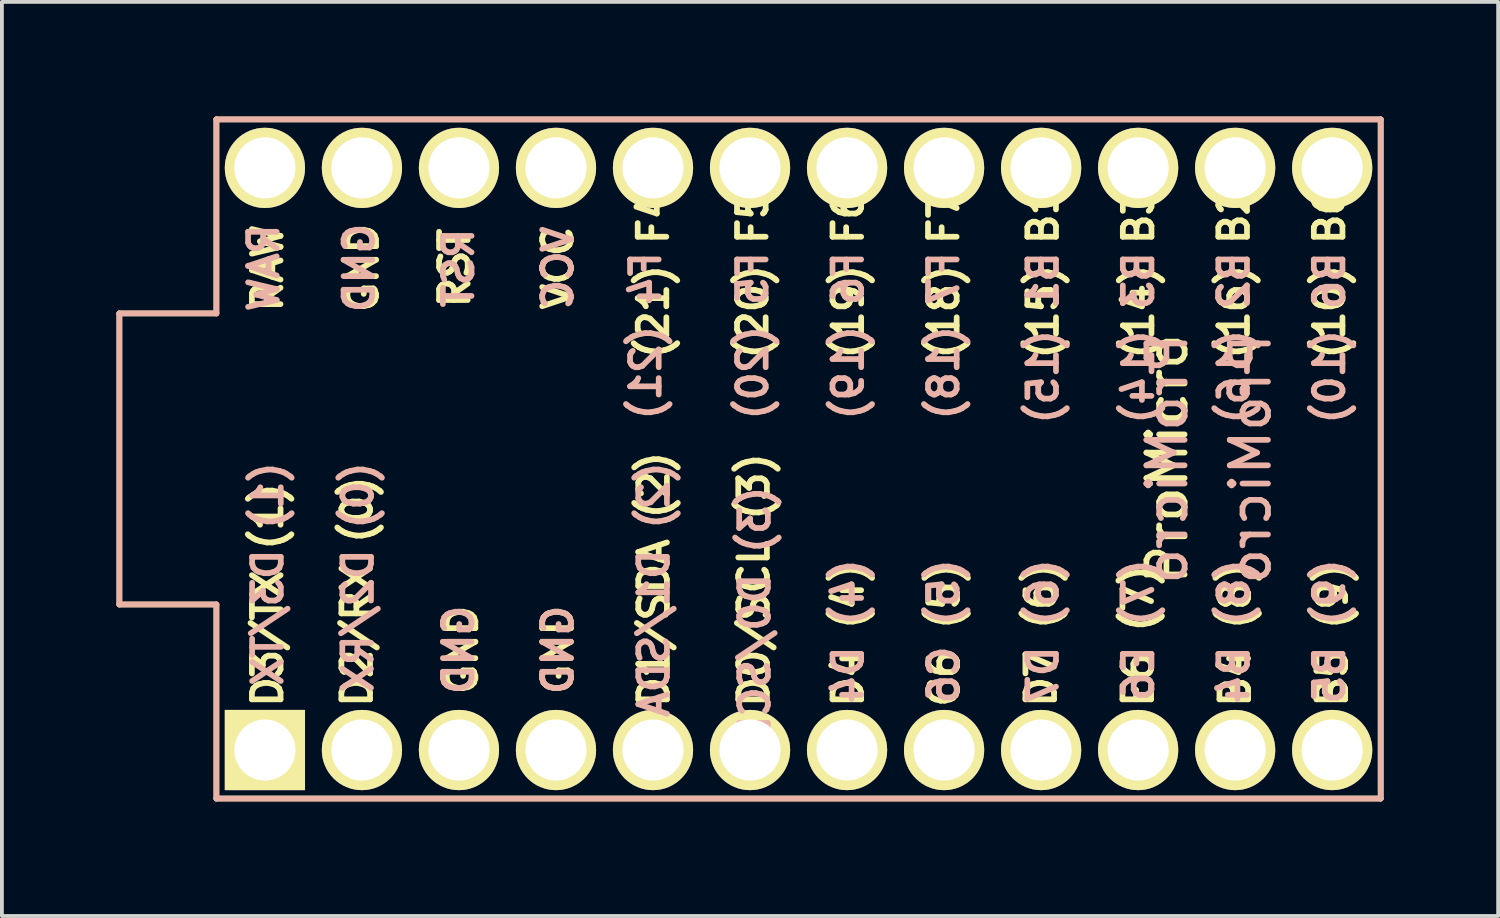
<source format=kicad_pcb>
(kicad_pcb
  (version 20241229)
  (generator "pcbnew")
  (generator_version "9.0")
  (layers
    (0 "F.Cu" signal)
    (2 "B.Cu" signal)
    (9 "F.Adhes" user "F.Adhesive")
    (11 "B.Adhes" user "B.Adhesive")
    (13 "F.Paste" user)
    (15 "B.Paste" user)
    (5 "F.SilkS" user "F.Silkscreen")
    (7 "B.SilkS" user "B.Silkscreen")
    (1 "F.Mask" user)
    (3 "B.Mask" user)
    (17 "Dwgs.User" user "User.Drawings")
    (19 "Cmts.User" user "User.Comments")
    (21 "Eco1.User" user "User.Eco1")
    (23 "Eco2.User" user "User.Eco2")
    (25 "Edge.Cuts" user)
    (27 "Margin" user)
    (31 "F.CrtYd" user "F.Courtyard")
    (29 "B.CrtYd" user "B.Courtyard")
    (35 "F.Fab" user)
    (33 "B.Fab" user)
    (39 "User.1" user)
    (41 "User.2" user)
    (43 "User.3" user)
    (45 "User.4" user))
  (footprint "ProMicro"
    (layer "F.Cu")
    (at 17.855 8.965)
    (property "Reference" "ProMicro" (at 9.652 0 90) (layer "F.SilkS") (effects (font (size 1 1) (thickness 0.15))))
    (attr through_hole)
    (fp_line (start -17.78 -3.81) (end -15.24 -3.81) (stroke (width 0.15) (type solid)) (layer "F.SilkS"))
    (fp_line (start -17.78 3.81) (end -17.78 -3.81) (stroke (width 0.15) (type solid)) (layer "F.SilkS"))
    (fp_line (start -15.24 -8.89) (end 15.24 -8.89) (stroke (width 0.15) (type solid)) (layer "F.SilkS"))
    (fp_line (start -15.24 -3.81) (end -15.24 -8.89) (stroke (width 0.15) (type solid)) (layer "F.SilkS"))
    (fp_line (start -15.24 3.81) (end -17.78 3.81) (stroke (width 0.15) (type solid)) (layer "F.SilkS"))
    (fp_line (start -15.24 8.89) (end -15.24 3.81) (stroke (width 0.15) (type solid)) (layer "F.SilkS"))
    (fp_line (start -15.24 8.89) (end 15.24 8.89) (stroke (width 0.15) (type solid)) (layer "F.SilkS"))
    (fp_line (start 15.24 -8.89) (end 15.24 8.89) (stroke (width 0.15) (type solid)) (layer "F.SilkS"))
    (fp_line (start -17.78 -3.81) (end -15.24 -3.81) (stroke (width 0.15) (type solid)) (layer "B.SilkS"))
    (fp_line (start -17.78 3.81) (end -17.78 -3.81) (stroke (width 0.15) (type solid)) (layer "B.SilkS"))
    (fp_line (start -15.24 -8.89) (end 15.24 -8.89) (stroke (width 0.15) (type solid)) (layer "B.SilkS"))
    (fp_line (start -15.24 -3.81) (end -15.24 -8.89) (stroke (width 0.15) (type solid)) (layer "B.SilkS"))
    (fp_line (start -15.24 3.81) (end -17.78 3.81) (stroke (width 0.15) (type solid)) (layer "B.SilkS"))
    (fp_line (start -15.24 8.89) (end -15.24 3.81) (stroke (width 0.15) (type solid)) (layer "B.SilkS"))
    (fp_line (start 15.24 -8.89) (end 15.24 8.89) (stroke (width 0.15) (type solid)) (layer "B.SilkS"))
    (fp_line (start 15.24 8.89) (end -15.24 8.89) (stroke (width 0.15) (type solid)) (layer "B.SilkS"))
    (fp_text user "RST" (at -9 -5 90) (layer "F.SilkS") (effects (font (size 0.75 0.75) (thickness 0.15))))
    (fp_text user "GND" (at -8.8 5 90) (layer "F.SilkS") (effects (font (size 0.75 0.75) (thickness 0.15))))
    (fp_text user "RAW" (at -13.9 -5 90) (layer "F.SilkS") (effects (font (size 0.75 0.75) (thickness 0.15))))
    (fp_text user "D0/SCL (3)" (at -1.168 6.57 90) (layer "F.SilkS") (effects (font (size 0.75 0.75) (thickness 0.15)) (justify left)))
    (fp_text user "C6 (5)" (at 3.81 6.57 90) (layer "F.SilkS") (effects (font (size 0.75 0.75) (thickness 0.15)) (justify left)))
    (fp_text user "E6 (7)" (at 8.89 6.57 90) (layer "F.SilkS") (effects (font (size 0.75 0.75) (thickness 0.15)) (justify left)))
    (fp_text user "B5 (9)" (at 13.97 6.57 90) (layer "F.SilkS") (effects (font (size 0.75 0.75) (thickness 0.15)) (justify left)))
    (fp_text user "(21) F4" (at -3.8 -2.54 90) (layer "F.SilkS") (effects (font (size 0.75 0.75) (thickness 0.15)) (justify left)))
    (fp_text user "(20) F5" (at -1.2 -2.54 90) (layer "F.SilkS") (effects (font (size 0.75 0.75) (thickness 0.15)) (justify left)))
    (fp_text user "VCC" (at -6.3 -5 90) (layer "F.SilkS") (effects (font (size 0.75 0.75) (thickness 0.15))))
    (fp_text user "GND" (at -6.3 5 90) (layer "F.SilkS") (effects (font (size 0.75 0.75) (thickness 0.15))))
    (fp_text user "D1/SDA (2)" (at -3.785 6.57 90) (layer "F.SilkS") (effects (font (size 0.75 0.75) (thickness 0.15)) (justify left)))
    (fp_text user "(15) B1" (at 6.4 -2.54 90) (layer "F.SilkS") (effects (font (size 0.75 0.75) (thickness 0.15)) (justify left)))
    (fp_text user "D7 (6)" (at 6.35 6.57 90) (layer "F.SilkS") (effects (font (size 0.75 0.75) (thickness 0.15)) (justify left)))
    (fp_text user "GND" (at -11.4 -5 90) (layer "F.SilkS") (effects (font (size 0.75 0.75) (thickness 0.15))))
    (fp_text user "D2/RX (0)" (at -11.557 6.57 90) (layer "F.SilkS") (effects (font (size 0.75 0.75) (thickness 0.15)) (justify left)))
    (fp_text user "(14) B3" (at 8.9 -2.54 90) (layer "F.SilkS") (effects (font (size 0.75 0.75) (thickness 0.15)) (justify left)))
    (fp_text user "(10) B6" (at 13.9 -2.54 90) (layer "F.SilkS") (effects (font (size 0.75 0.75) (thickness 0.15)) (justify left)))
    (fp_text user "(18) F7" (at 3.8 -2.54 90) (layer "F.SilkS") (effects (font (size 0.75 0.75) (thickness 0.15)) (justify left)))
    (fp_text user "(19) F6" (at 1.3 -2.54 90) (layer "F.SilkS") (effects (font (size 0.75 0.75) (thickness 0.15)) (justify left)))
    (fp_text user "D4 (4)" (at 1.3 6.57 90) (layer "F.SilkS") (effects (font (size 0.75 0.75) (thickness 0.15)) (justify left)))
    (fp_text user "(16) B2" (at 11.4 -2.54 90) (layer "F.SilkS") (effects (font (size 0.75 0.75) (thickness 0.15)) (justify left)))
    (fp_text user "B4 (8)" (at 11.43 6.57 90) (layer "F.SilkS") (effects (font (size 0.75 0.75) (thickness 0.15)) (justify left)))
    (fp_text user "D3/TX (1)" (at -13.9 6.57 90) (layer "F.SilkS") (effects (font (size 0.75 0.75) (thickness 0.15)) (justify left)))
    (fp_text user "RST" (at -8.9 -5 90) (layer "B.SilkS") (effects (font (size 0.75 0.75) (thickness 0.15)) (justify mirror)))
    (fp_text user "B6 (10)" (at 13.9 -5.5 90) (layer "B.SilkS") (effects (font (size 0.75 0.75) (thickness 0.15)) (justify left mirror)))
    (fp_text user "GND" (at -8.9 5 90) (layer "B.SilkS") (effects (font (size 0.75 0.75) (thickness 0.15)) (justify mirror)))
    (fp_text user "(7) E6" (at 8.9 2.54 90) (layer "B.SilkS") (effects (font (size 0.75 0.75) (thickness 0.15)) (justify left mirror)))
    (fp_text user "B2 (16)" (at 11.4 -5.5 90) (layer "B.SilkS") (effects (font (size 0.75 0.75) (thickness 0.15)) (justify left mirror)))
    (fp_text user "(9) B5" (at 13.9 2.54 90) (layer "B.SilkS") (effects (font (size 0.75 0.75) (thickness 0.15)) (justify left mirror)))
    (fp_text user "F6 (19)" (at 1.3 -5.5 90) (layer "B.SilkS") (effects (font (size 0.75 0.75) (thickness 0.15)) (justify left mirror)))
    (fp_text user "GND" (at -11.5 -5 90) (layer "B.SilkS") (effects (font (size 0.75 0.75) (thickness 0.15)) (justify mirror)))
    (fp_text user "F4 (21)" (at -4 -5.5 90) (layer "B.SilkS") (effects (font (size 0.75 0.75) (thickness 0.15)) (justify left mirror)))
    (fp_text user "(5) C6" (at 3.8 2.54 90) (layer "B.SilkS") (effects (font (size 0.75 0.75) (thickness 0.15)) (justify left mirror)))
    (fp_text user "GND" (at -6.3 5 90) (layer "B.SilkS") (effects (font (size 0.75 0.75) (thickness 0.15)) (justify mirror)))
    (fp_text user "(6) D7" (at 6.4 2.54 90) (layer "B.SilkS") (effects (font (size 0.75 0.75) (thickness 0.15)) (justify left mirror)))
    (fp_text user "(4) D4" (at 1.3 2.54 90) (layer "B.SilkS") (effects (font (size 0.75 0.75) (thickness 0.15)) (justify left mirror)))
    (fp_text user "VCC" (at -6.3 -5 90) (layer "B.SilkS") (effects (font (size 0.75 0.75) (thickness 0.15)) (justify mirror)))
    (fp_text user "(0) D2/RX" (at -11.532 0 90) (layer "B.SilkS") (effects (font (size 0.75 0.75) (thickness 0.15)) (justify left mirror)))
    (fp_text user "(2) D1/SDA" (at -3.785 0 90) (layer "B.SilkS") (effects (font (size 0.75 0.75) (thickness 0.15)) (justify left mirror)))
    (fp_text user "(8) B4" (at 11.4 2.54 90) (layer "B.SilkS") (effects (font (size 0.75 0.75) (thickness 0.15)) (justify left mirror)))
    (fp_text user "(1) D3/TX" (at -13.894 0 90) (layer "B.SilkS") (effects (font (size 0.75 0.75) (thickness 0.15)) (justify left mirror)))
    (fp_text user "ProMicro" (at 11.834 0 90) (layer "B.SilkS") (effects (font (size 1 1) (thickness 0.15)) (justify mirror)))
    (fp_text user "${REFERENCE}" (at 9.652 0 270) (layer "B.SilkS") (effects (font (size 1 1) (thickness 0.15)) (justify mirror)))
    (fp_text user "F5 (20)" (at -1.2 -5.5 90) (layer "B.SilkS") (effects (font (size 0.75 0.75) (thickness 0.15)) (justify left mirror)))
    (fp_text user "F7 (18)" (at 3.8 -5.5 90) (layer "B.SilkS") (effects (font (size 0.75 0.75) (thickness 0.15)) (justify left mirror)))
    (fp_text user "(3) D0/SCL" (at -1.143 4.039 90) (layer "B.SilkS") (effects (font (size 0.75 0.75) (thickness 0.15)) (justify mirror)))
    (fp_text user "B3 (14)" (at 8.9 -5.5 90) (layer "B.SilkS") (effects (font (size 0.75 0.75) (thickness 0.15)) (justify left mirror)))
    (fp_text user "RAW" (at -14 -5 90) (layer "B.SilkS") (effects (font (size 0.75 0.75) (thickness 0.15)) (justify mirror)))
    (fp_text user "B1 (15)" (at 6.4 -5.5 90) (layer "B.SilkS") (effects (font (size 0.75 0.75) (thickness 0.15)) (justify left mirror)))
    (pad "1" thru_hole rect (at -13.97 7.62) (size 2.1 2.1) (drill 1.6) (layers "*.Cu" "*.Mask" "F.SilkS"))
    (pad "2" thru_hole circle (at -11.43 7.62) (size 2.1 2.1) (drill 1.6) (layers "*.Cu" "*.Mask" "F.SilkS"))
    (pad "3" thru_hole circle (at -8.89 7.62) (size 2.1 2.1) (drill 1.6) (layers "*.Cu" "*.Mask" "F.SilkS"))
    (pad "4" thru_hole circle (at -6.35 7.62) (size 2.1 2.1) (drill 1.6) (layers "*.Cu" "*.Mask" "F.SilkS"))
    (pad "5" thru_hole circle (at -3.81 7.62) (size 2.1 2.1) (drill 1.6) (layers "*.Cu" "*.Mask" "F.SilkS"))
    (pad "6" thru_hole circle (at -1.27 7.62) (size 2.1 2.1) (drill 1.6) (layers "*.Cu" "*.Mask" "F.SilkS"))
    (pad "7" thru_hole circle (at 1.27 7.62) (size 2.1 2.1) (drill 1.6) (layers "*.Cu" "*.Mask" "F.SilkS"))
    (pad "8" thru_hole circle (at 3.81 7.62) (size 2.1 2.1) (drill 1.6) (layers "*.Cu" "*.Mask" "F.SilkS"))
    (pad "9" thru_hole circle (at 6.35 7.62) (size 2.1 2.1) (drill 1.6) (layers "*.Cu" "*.Mask" "F.SilkS"))
    (pad "10" thru_hole circle (at 8.89 7.62) (size 2.1 2.1) (drill 1.6) (layers "*.Cu" "*.Mask" "F.SilkS"))
    (pad "11" thru_hole circle (at 11.43 7.62) (size 2.1 2.1) (drill 1.6) (layers "*.Cu" "*.Mask" "F.SilkS"))
    (pad "12" thru_hole circle (at 13.97 7.62) (size 2.1 2.1) (drill 1.6) (layers "*.Cu" "*.Mask" "F.SilkS"))
    (pad "13" thru_hole circle (at 13.97 -7.62) (size 2.1 2.1) (drill 1.6) (layers "*.Cu" "*.Mask" "F.SilkS"))
    (pad "14" thru_hole circle (at 11.43 -7.62) (size 2.1 2.1) (drill 1.6) (layers "*.Cu" "*.Mask" "F.SilkS"))
    (pad "15" thru_hole circle (at 8.89 -7.62) (size 2.1 2.1) (drill 1.6) (layers "*.Cu" "*.Mask" "F.SilkS"))
    (pad "16" thru_hole circle (at 6.35 -7.62) (size 2.1 2.1) (drill 1.6) (layers "*.Cu" "*.Mask" "F.SilkS"))
    (pad "17" thru_hole circle (at 3.81 -7.62) (size 2.1 2.1) (drill 1.6) (layers "*.Cu" "*.Mask" "F.SilkS"))
    (pad "18" thru_hole circle (at 1.27 -7.62) (size 2.1 2.1) (drill 1.6) (layers "*.Cu" "*.Mask" "F.SilkS"))
    (pad "19" thru_hole circle (at -1.27 -7.62) (size 2.1 2.1) (drill 1.6) (layers "*.Cu" "*.Mask" "F.SilkS"))
    (pad "20" thru_hole circle (at -3.81 -7.62) (size 2.1 2.1) (drill 1.6) (layers "*.Cu" "*.Mask" "F.SilkS"))
    (pad "21" thru_hole circle (at -6.35 -7.62) (size 2.1 2.1) (drill 1.6) (layers "*.Cu" "*.Mask" "F.SilkS"))
    (pad "22" thru_hole circle (at -8.89 -7.62) (size 2.1 2.1) (drill 1.6) (layers "*.Cu" "*.Mask" "F.SilkS"))
    (pad "23" thru_hole circle (at -11.43 -7.62) (size 2.1 2.1) (drill 1.6) (layers "*.Cu" "*.Mask" "F.SilkS"))
    (pad "24" thru_hole circle (at -13.97 -7.62) (size 2.1 2.1) (drill 1.6) (layers "*.Cu" "*.Mask" "F.SilkS")))
  (gr_rect
    (start -3 -3)
    (end 36.17 20.93)
    (stroke (width 0.1) (type default))
    (fill no)
    (layer "Edge.Cuts")))
</source>
